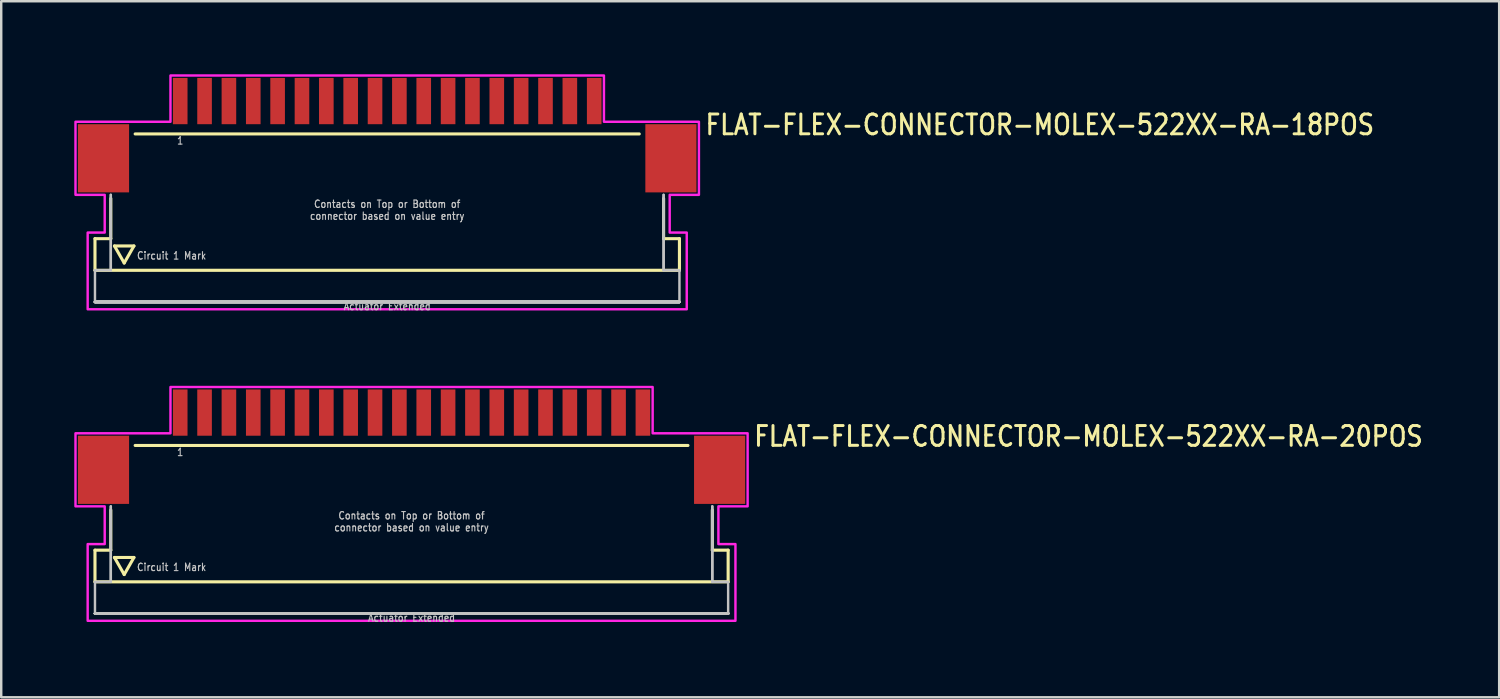
<source format=kicad_pcb>
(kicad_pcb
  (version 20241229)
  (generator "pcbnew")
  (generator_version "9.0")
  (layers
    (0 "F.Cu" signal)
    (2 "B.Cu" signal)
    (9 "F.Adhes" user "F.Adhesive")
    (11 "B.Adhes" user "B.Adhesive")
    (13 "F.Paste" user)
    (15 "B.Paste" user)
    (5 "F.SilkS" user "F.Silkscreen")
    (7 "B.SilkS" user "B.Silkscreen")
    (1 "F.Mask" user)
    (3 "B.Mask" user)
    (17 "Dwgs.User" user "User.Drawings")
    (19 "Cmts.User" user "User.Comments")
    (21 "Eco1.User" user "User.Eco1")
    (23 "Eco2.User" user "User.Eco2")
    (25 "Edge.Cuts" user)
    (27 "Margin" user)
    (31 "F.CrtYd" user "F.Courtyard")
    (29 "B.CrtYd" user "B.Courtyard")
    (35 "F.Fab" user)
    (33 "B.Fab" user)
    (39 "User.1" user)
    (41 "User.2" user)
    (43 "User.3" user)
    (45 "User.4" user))
  (footprint "FLAT-FLEX-CONNECTOR-MOLEX-522XX-RA-18POS"
    (layer "F.Cu")
    (at 12.85 2.05)
    (property "Reference" "FLAT-FLEX-CONNECTOR-MOLEX-522XX-RA-18POS" (at 13 0.5 0) (unlocked yes) (layer "F.SilkS") (effects (font (size 0.813 0.695) (thickness 0.122)) (justify left bottom)))
    (fp_line (start -12 4.7) (end -12 6) (stroke (width 0.127) (type solid)) (layer "F.SilkS"))
    (fp_line (start -12 6) (end 12 6) (stroke (width 0.127) (type solid)) (layer "F.SilkS"))
    (fp_line (start -11.35 3.05) (end -11.35 4.7) (stroke (width 0.127) (type solid)) (layer "F.SilkS"))
    (fp_line (start -11.35 4.7) (end -12 4.7) (stroke (width 0.127) (type solid)) (layer "F.SilkS"))
    (fp_line (start -11.2 5) (end -10.4 5) (stroke (width 0.127) (type solid)) (layer "F.SilkS"))
    (fp_line (start -10.8 5.7) (end -11.2 5) (stroke (width 0.127) (type solid)) (layer "F.SilkS"))
    (fp_line (start -10.4 5) (end -10.8 5.7) (stroke (width 0.127) (type solid)) (layer "F.SilkS"))
    (fp_line (start -10.35 0.4) (end 10.35 0.4) (stroke (width 0.127) (type solid)) (layer "F.SilkS"))
    (fp_line (start 11.35 3.05) (end 11.35 4.7) (stroke (width 0.127) (type solid)) (layer "F.SilkS"))
    (fp_line (start 12 4.7) (end 11.35 4.7) (stroke (width 0.127) (type solid)) (layer "F.SilkS"))
    (fp_line (start 12 6) (end 12 4.7) (stroke (width 0.127) (type solid)) (layer "F.SilkS"))
    (fp_line (start -12 6) (end -12 7.3) (stroke (width 0.1) (type solid)) (layer "Dwgs.User"))
    (fp_line (start -12 7.3) (end 12 7.3) (stroke (width 0.1) (type solid)) (layer "Dwgs.User"))
    (fp_line (start -12 7.3) (end 12 7.3) (stroke (width 0.1) (type solid)) (layer "Dwgs.User"))
    (fp_line (start -12 7.3) (end 12 7.3) (stroke (width 0.1) (type solid)) (layer "Dwgs.User"))
    (fp_line (start -12 7.3) (end 12 7.3) (stroke (width 0.1) (type solid)) (layer "Dwgs.User"))
    (fp_line (start -12 7.3) (end 12 7.3) (stroke (width 0.1) (type solid)) (layer "Dwgs.User"))
    (fp_line (start -12 7.3) (end 12 7.3) (stroke (width 0.1) (type solid)) (layer "Dwgs.User"))
    (fp_line (start -12 7.3) (end 12 7.3) (stroke (width 0.1) (type solid)) (layer "Dwgs.User"))
    (fp_line (start -12 7.3) (end 12 7.3) (stroke (width 0.1) (type solid)) (layer "Dwgs.User"))
    (fp_line (start -12 7.3) (end 12 7.3) (stroke (width 0.1) (type solid)) (layer "Dwgs.User"))
    (fp_line (start -12 7.3) (end 12 7.3) (stroke (width 0.1) (type solid)) (layer "Dwgs.User"))
    (fp_line (start -12 7.3) (end 12 7.3) (stroke (width 0.1) (type solid)) (layer "Dwgs.User"))
    (fp_line (start -12 7.3) (end 12 7.3) (stroke (width 0.1) (type solid)) (layer "Dwgs.User"))
    (fp_line (start -11.35 2.9) (end -11.35 6) (stroke (width 0.1) (type solid)) (layer "Dwgs.User"))
    (fp_line (start -11.35 2.9) (end -11.35 6) (stroke (width 0.1) (type solid)) (layer "Dwgs.User"))
    (fp_line (start -11.35 6) (end -12 6) (stroke (width 0.1) (type solid)) (layer "Dwgs.User"))
    (fp_line (start 11.35 2.9) (end 11.35 6) (stroke (width 0.1) (type solid)) (layer "Dwgs.User"))
    (fp_line (start 11.35 2.9) (end 11.35 6) (stroke (width 0.1) (type solid)) (layer "Dwgs.User"))
    (fp_line (start 12 6) (end 11.35 6) (stroke (width 0.1) (type solid)) (layer "Dwgs.User"))
    (fp_line (start 12 7.3) (end 12 6) (stroke (width 0.1) (type solid)) (layer "Dwgs.User"))
    (fp_poly (pts (xy -12.8 2.9) (xy -12.8 -0.1) (xy -8.9 -0.1) (xy -8.9 -2) (xy 8.9 -2) (xy 8.9 -0.1) (xy 12.8 -0.1) (xy 12.8 2.9) (xy 11.6 2.9) (xy 11.6 4.45) (xy 12.3 4.45) (xy 12.3 7.6) (xy -12.3 7.6) (xy -12.3 4.45) (xy -11.6 4.45) (xy -11.6 2.9)) (stroke (width 0.1) (type solid)) (fill no) (layer "F.CrtYd"))
    (fp_text user "1" (at -8.5 0.5 0) (unlocked yes) (layer "Dwgs.User") (effects (font (size 0.305 0.261) (thickness 0.046)) (justify top)))
    (fp_text user "Actuator Extended" (at 0 7.3 0) (unlocked yes) (layer "Dwgs.User") (effects (font (size 0.305 0.261) (thickness 0.046)) (justify top)))
    (fp_text user "Contacts on Top or Bottom of\nconnector based on value entry" (at 0 3.95 0) (unlocked yes) (layer "Dwgs.User") (effects (font (size 0.305 0.261) (thickness 0.046)) (justify bottom)))
    (fp_text user "Circuit 1 Mark" (at -10.3 5.4 0) (unlocked yes) (layer "Dwgs.User") (effects (font (size 0.305 0.261) (thickness 0.046)) (justify left)))
    (pad "1" smd rect (at -8.5 -0.95) (size 0.6 1.9) (layers "F.Cu" "F.Mask" "F.Paste"))
    (pad "2" smd rect (at -7.5 -0.95) (size 0.6 1.9) (layers "F.Cu" "F.Mask" "F.Paste"))
    (pad "3" smd rect (at -6.5 -0.95) (size 0.6 1.9) (layers "F.Cu" "F.Mask" "F.Paste"))
    (pad "4" smd rect (at -5.5 -0.95) (size 0.6 1.9) (layers "F.Cu" "F.Mask" "F.Paste"))
    (pad "5" smd rect (at -4.5 -0.95) (size 0.6 1.9) (layers "F.Cu" "F.Mask" "F.Paste"))
    (pad "6" smd rect (at -3.5 -0.95) (size 0.6 1.9) (layers "F.Cu" "F.Mask" "F.Paste"))
    (pad "7" smd rect (at -2.5 -0.95) (size 0.6 1.9) (layers "F.Cu" "F.Mask" "F.Paste"))
    (pad "8" smd rect (at -1.5 -0.95) (size 0.6 1.9) (layers "F.Cu" "F.Mask" "F.Paste"))
    (pad "9" smd rect (at -0.5 -0.95) (size 0.6 1.9) (layers "F.Cu" "F.Mask" "F.Paste"))
    (pad "10" smd rect (at 0.5 -0.95) (size 0.6 1.9) (layers "F.Cu" "F.Mask" "F.Paste"))
    (pad "11" smd rect (at 1.5 -0.95) (size 0.6 1.9) (layers "F.Cu" "F.Mask" "F.Paste"))
    (pad "12" smd rect (at 2.5 -0.95) (size 0.6 1.9) (layers "F.Cu" "F.Mask" "F.Paste"))
    (pad "13" smd rect (at 3.5 -0.95) (size 0.6 1.9) (layers "F.Cu" "F.Mask" "F.Paste"))
    (pad "14" smd rect (at 4.5 -0.95) (size 0.6 1.9) (layers "F.Cu" "F.Mask" "F.Paste"))
    (pad "15" smd rect (at 5.5 -0.95) (size 0.6 1.9) (layers "F.Cu" "F.Mask" "F.Paste"))
    (pad "16" smd rect (at 6.5 -0.95) (size 0.6 1.9) (layers "F.Cu" "F.Mask" "F.Paste"))
    (pad "17" smd rect (at 7.5 -0.95) (size 0.6 1.9) (layers "F.Cu" "F.Mask" "F.Paste"))
    (pad "18" smd rect (at 8.5 -0.95) (size 0.6 1.9) (layers "F.Cu" "F.Mask" "F.Paste"))
    (pad "M1" smd rect (at -11.65 1.4) (size 2.1 2.8) (layers "F.Cu" "F.Mask" "F.Paste"))
    (pad "M2" smd rect (at 11.65 1.4) (size 2.1 2.8) (layers "F.Cu" "F.Mask" "F.Paste")))
  (footprint "FLAT-FLEX-CONNECTOR-MOLEX-522XX-RA-20POS"
    (layer "F.Cu")
    (at 13.85 14.842)
    (property "Reference" "FLAT-FLEX-CONNECTOR-MOLEX-522XX-RA-20POS" (at 14 0.5 0) (unlocked yes) (layer "F.SilkS") (effects (font (size 0.813 0.695) (thickness 0.122)) (justify left bottom)))
    (fp_line (start -13 4.7) (end -13 6) (stroke (width 0.127) (type solid)) (layer "F.SilkS"))
    (fp_line (start -13 6) (end 13 6) (stroke (width 0.127) (type solid)) (layer "F.SilkS"))
    (fp_line (start -12.35 3.05) (end -12.35 4.7) (stroke (width 0.127) (type solid)) (layer "F.SilkS"))
    (fp_line (start -12.35 4.7) (end -13 4.7) (stroke (width 0.127) (type solid)) (layer "F.SilkS"))
    (fp_line (start -12.2 5) (end -11.4 5) (stroke (width 0.127) (type solid)) (layer "F.SilkS"))
    (fp_line (start -11.8 5.7) (end -12.2 5) (stroke (width 0.127) (type solid)) (layer "F.SilkS"))
    (fp_line (start -11.4 5) (end -11.8 5.7) (stroke (width 0.127) (type solid)) (layer "F.SilkS"))
    (fp_line (start -11.35 0.4) (end 11.35 0.4) (stroke (width 0.127) (type solid)) (layer "F.SilkS"))
    (fp_line (start 12.35 3.05) (end 12.35 4.7) (stroke (width 0.127) (type solid)) (layer "F.SilkS"))
    (fp_line (start 13 4.7) (end 12.35 4.7) (stroke (width 0.127) (type solid)) (layer "F.SilkS"))
    (fp_line (start 13 6) (end 13 4.7) (stroke (width 0.127) (type solid)) (layer "F.SilkS"))
    (fp_line (start -13 6) (end -13 7.3) (stroke (width 0.1) (type solid)) (layer "Dwgs.User"))
    (fp_line (start -13 7.3) (end 13 7.3) (stroke (width 0.1) (type solid)) (layer "Dwgs.User"))
    (fp_line (start -13 7.3) (end 13 7.3) (stroke (width 0.1) (type solid)) (layer "Dwgs.User"))
    (fp_line (start -13 7.3) (end 13 7.3) (stroke (width 0.1) (type solid)) (layer "Dwgs.User"))
    (fp_line (start -13 7.3) (end 13 7.3) (stroke (width 0.1) (type solid)) (layer "Dwgs.User"))
    (fp_line (start -13 7.3) (end 13 7.3) (stroke (width 0.1) (type solid)) (layer "Dwgs.User"))
    (fp_line (start -13 7.3) (end 13 7.3) (stroke (width 0.1) (type solid)) (layer "Dwgs.User"))
    (fp_line (start -13 7.3) (end 13 7.3) (stroke (width 0.1) (type solid)) (layer "Dwgs.User"))
    (fp_line (start -13 7.3) (end 13 7.3) (stroke (width 0.1) (type solid)) (layer "Dwgs.User"))
    (fp_line (start -13 7.3) (end 13 7.3) (stroke (width 0.1) (type solid)) (layer "Dwgs.User"))
    (fp_line (start -13 7.3) (end 13 7.3) (stroke (width 0.1) (type solid)) (layer "Dwgs.User"))
    (fp_line (start -13 7.3) (end 13 7.3) (stroke (width 0.1) (type solid)) (layer "Dwgs.User"))
    (fp_line (start -13 7.3) (end 13 7.3) (stroke (width 0.1) (type solid)) (layer "Dwgs.User"))
    (fp_line (start -13 7.3) (end 13 7.3) (stroke (width 0.1) (type solid)) (layer "Dwgs.User"))
    (fp_line (start -12.35 2.9) (end -12.35 6) (stroke (width 0.1) (type solid)) (layer "Dwgs.User"))
    (fp_line (start -12.35 2.9) (end -12.35 6) (stroke (width 0.1) (type solid)) (layer "Dwgs.User"))
    (fp_line (start -12.35 6) (end -13 6) (stroke (width 0.1) (type solid)) (layer "Dwgs.User"))
    (fp_line (start 12.35 2.9) (end 12.35 6) (stroke (width 0.1) (type solid)) (layer "Dwgs.User"))
    (fp_line (start 12.35 2.9) (end 12.35 6) (stroke (width 0.1) (type solid)) (layer "Dwgs.User"))
    (fp_line (start 13 6) (end 12.35 6) (stroke (width 0.1) (type solid)) (layer "Dwgs.User"))
    (fp_line (start 13 7.3) (end 13 6) (stroke (width 0.1) (type solid)) (layer "Dwgs.User"))
    (fp_poly (pts (xy -13.8 2.9) (xy -13.8 -0.1) (xy -9.9 -0.1) (xy -9.9 -2) (xy 9.9 -2) (xy 9.9 -0.1) (xy 13.8 -0.1) (xy 13.8 2.9) (xy 12.6 2.9) (xy 12.6 4.45) (xy 13.3 4.45) (xy 13.3 7.6) (xy -13.3 7.6) (xy -13.3 4.45) (xy -12.6 4.45) (xy -12.6 2.9)) (stroke (width 0.1) (type solid)) (fill no) (layer "F.CrtYd"))
    (fp_text user "Contacts on Top or Bottom of\nconnector based on value entry" (at 0 3.95 0) (unlocked yes) (layer "Dwgs.User") (effects (font (size 0.305 0.261) (thickness 0.046)) (justify bottom)))
    (fp_text user "1" (at -9.5 0.5 0) (unlocked yes) (layer "Dwgs.User") (effects (font (size 0.305 0.261) (thickness 0.046)) (justify top)))
    (fp_text user "Circuit 1 Mark" (at -11.3 5.4 0) (unlocked yes) (layer "Dwgs.User") (effects (font (size 0.305 0.261) (thickness 0.046)) (justify left)))
    (fp_text user "Actuator Extended" (at 0 7.3 0) (unlocked yes) (layer "Dwgs.User") (effects (font (size 0.305 0.261) (thickness 0.046)) (justify top)))
    (pad "1" smd rect (at -9.5 -0.95) (size 0.6 1.9) (layers "F.Cu" "F.Mask" "F.Paste"))
    (pad "2" smd rect (at -8.5 -0.95) (size 0.6 1.9) (layers "F.Cu" "F.Mask" "F.Paste"))
    (pad "3" smd rect (at -7.5 -0.95) (size 0.6 1.9) (layers "F.Cu" "F.Mask" "F.Paste"))
    (pad "4" smd rect (at -6.5 -0.95) (size 0.6 1.9) (layers "F.Cu" "F.Mask" "F.Paste"))
    (pad "5" smd rect (at -5.5 -0.95) (size 0.6 1.9) (layers "F.Cu" "F.Mask" "F.Paste"))
    (pad "6" smd rect (at -4.5 -0.95) (size 0.6 1.9) (layers "F.Cu" "F.Mask" "F.Paste"))
    (pad "7" smd rect (at -3.5 -0.95) (size 0.6 1.9) (layers "F.Cu" "F.Mask" "F.Paste"))
    (pad "8" smd rect (at -2.5 -0.95) (size 0.6 1.9) (layers "F.Cu" "F.Mask" "F.Paste"))
    (pad "9" smd rect (at -1.5 -0.95) (size 0.6 1.9) (layers "F.Cu" "F.Mask" "F.Paste"))
    (pad "10" smd rect (at -0.5 -0.95) (size 0.6 1.9) (layers "F.Cu" "F.Mask" "F.Paste"))
    (pad "11" smd rect (at 0.5 -0.95) (size 0.6 1.9) (layers "F.Cu" "F.Mask" "F.Paste"))
    (pad "12" smd rect (at 1.5 -0.95) (size 0.6 1.9) (layers "F.Cu" "F.Mask" "F.Paste"))
    (pad "13" smd rect (at 2.5 -0.95) (size 0.6 1.9) (layers "F.Cu" "F.Mask" "F.Paste"))
    (pad "14" smd rect (at 3.5 -0.95) (size 0.6 1.9) (layers "F.Cu" "F.Mask" "F.Paste"))
    (pad "15" smd rect (at 4.5 -0.95) (size 0.6 1.9) (layers "F.Cu" "F.Mask" "F.Paste"))
    (pad "16" smd rect (at 5.5 -0.95) (size 0.6 1.9) (layers "F.Cu" "F.Mask" "F.Paste"))
    (pad "17" smd rect (at 6.5 -0.95) (size 0.6 1.9) (layers "F.Cu" "F.Mask" "F.Paste"))
    (pad "18" smd rect (at 7.5 -0.95) (size 0.6 1.9) (layers "F.Cu" "F.Mask" "F.Paste"))
    (pad "19" smd rect (at 8.5 -0.95) (size 0.6 1.9) (layers "F.Cu" "F.Mask" "F.Paste"))
    (pad "20" smd rect (at 9.5 -0.95) (size 0.6 1.9) (layers "F.Cu" "F.Mask" "F.Paste"))
    (pad "M1" smd rect (at -12.65 1.4) (size 2.1 2.8) (layers "F.Cu" "F.Mask" "F.Paste"))
    (pad "M2" smd rect (at 12.65 1.4) (size 2.1 2.8) (layers "F.Cu" "F.Mask" "F.Paste")))
  (gr_rect
    (start -3 -3)
    (end 58.511 25.584)
    (stroke (width 0.1) (type default))
    (fill no)
    (layer "Edge.Cuts")))
</source>
